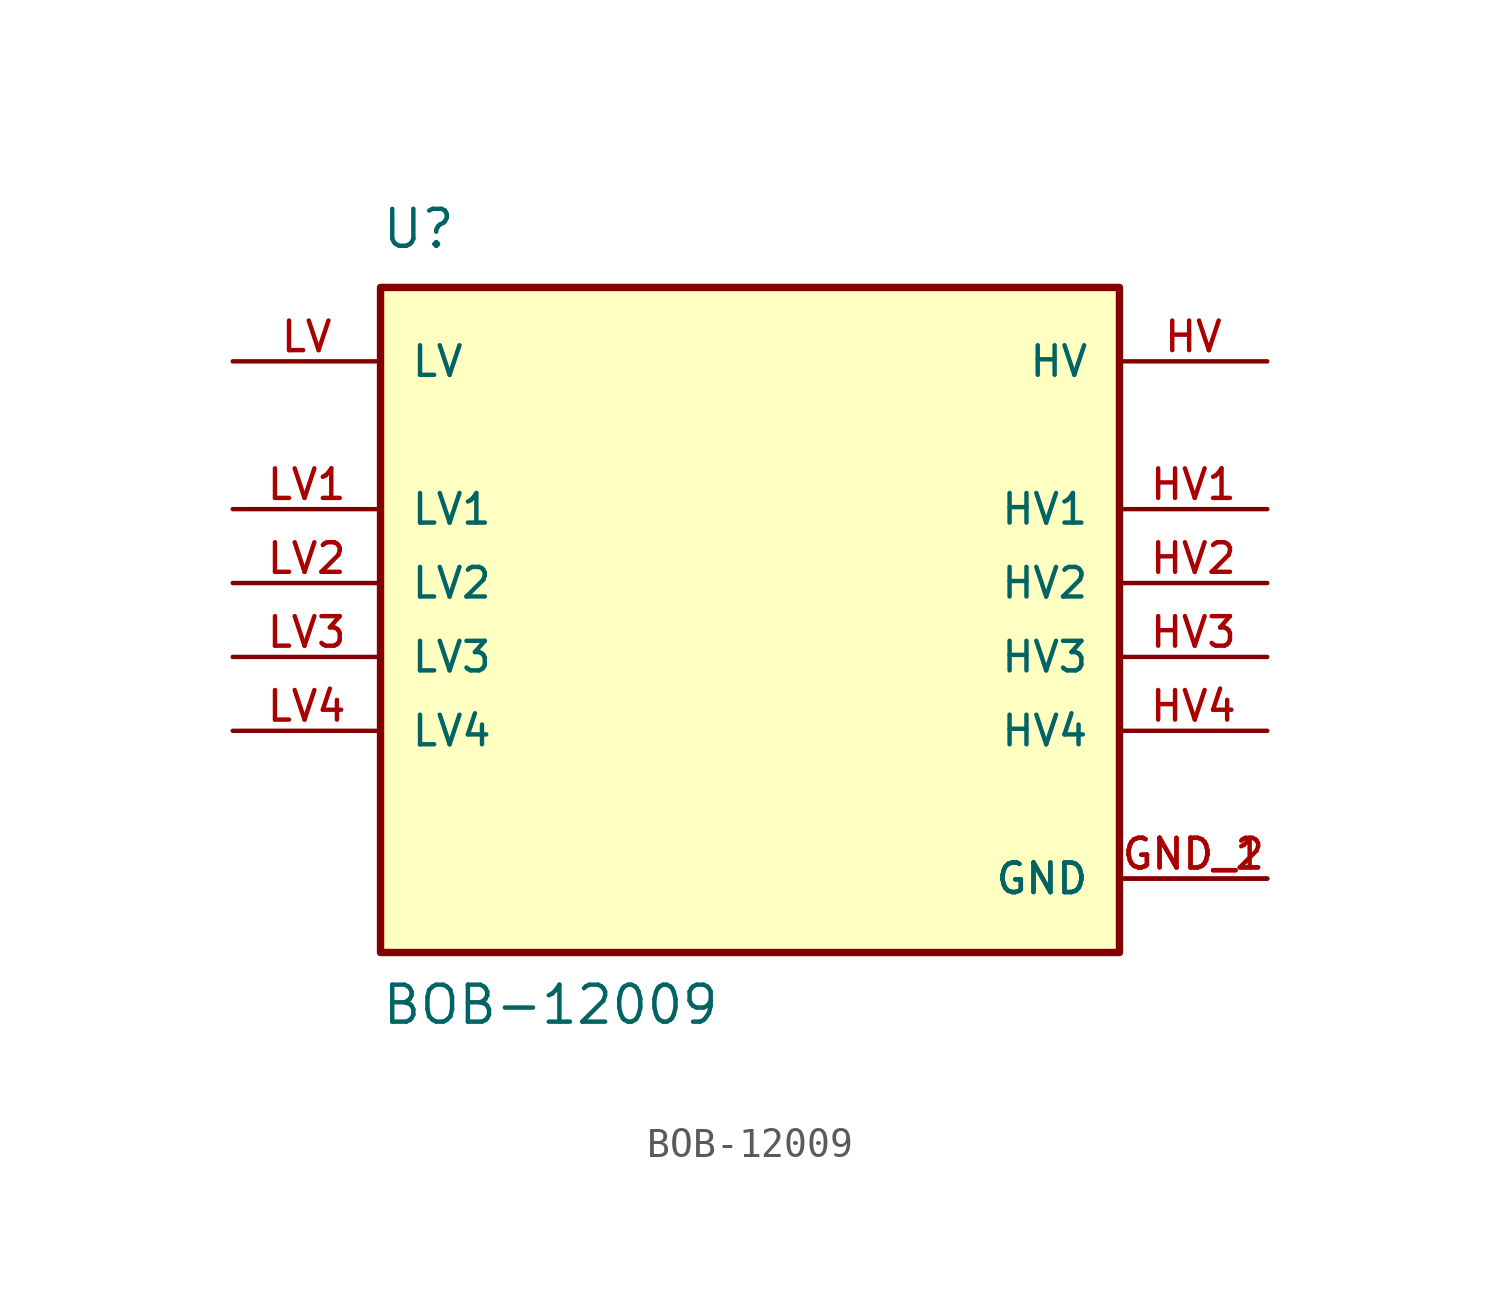
<source format=kicad_sym>
(kicad_symbol_lib
  (version 20211014)
  (generator kicad_symbol_editor)
  (symbol "BOB-12009"
    (pin_names
      (offset 1.016))
    (property "Reference" "U"
      (at -12.7 11.43 0)
      (effects (font (size 1.27 1.27)) (justify left bottom)))
    (property "Value" "BOB-12009"
      (at -12.7 -15.24 0)
      (effects (font (size 1.27 1.27)) (justify left bottom)))
    (symbol "BOB-12009_0_0"
      (rectangle (start -12.7 -12.7) (end 12.7 10.16) (stroke (width 0.254) (type default) (color 0 0 0 0)) (fill (type background)))
      (pin power_in line (at 17.78 -10.16 180) (length 5.08) (name "GND" (effects (font (size 1.016 1.016)))) (number "GND_1" (effects (font (size 1.016 1.016)))))
      (pin power_in line (at 17.78 -10.16 180) (length 5.08) (name "GND" (effects (font (size 1.016 1.016)))) (number "GND_2" (effects (font (size 1.016 1.016)))))
      (pin bidirectional line (at 17.78 7.62 180) (length 5.08) (name "HV" (effects (font (size 1.016 1.016)))) (number "HV" (effects (font (size 1.016 1.016)))))
      (pin bidirectional line (at 17.78 2.54 180) (length 5.08) (name "HV1" (effects (font (size 1.016 1.016)))) (number "HV1" (effects (font (size 1.016 1.016)))))
      (pin bidirectional line (at 17.78 0 180) (length 5.08) (name "HV2" (effects (font (size 1.016 1.016)))) (number "HV2" (effects (font (size 1.016 1.016)))))
      (pin bidirectional line (at 17.78 -2.54 180) (length 5.08) (name "HV3" (effects (font (size 1.016 1.016)))) (number "HV3" (effects (font (size 1.016 1.016)))))
      (pin bidirectional line (at 17.78 -5.08 180) (length 5.08) (name "HV4" (effects (font (size 1.016 1.016)))) (number "HV4" (effects (font (size 1.016 1.016)))))
      (pin bidirectional line (at -17.78 7.62 0) (length 5.08) (name "LV" (effects (font (size 1.016 1.016)))) (number "LV" (effects (font (size 1.016 1.016)))))
      (pin bidirectional line (at -17.78 2.54 0) (length 5.08) (name "LV1" (effects (font (size 1.016 1.016)))) (number "LV1" (effects (font (size 1.016 1.016)))))
      (pin bidirectional line (at -17.78 0 0) (length 5.08) (name "LV2" (effects (font (size 1.016 1.016)))) (number "LV2" (effects (font (size 1.016 1.016)))))
      (pin bidirectional line (at -17.78 -2.54 0) (length 5.08) (name "LV3" (effects (font (size 1.016 1.016)))) (number "LV3" (effects (font (size 1.016 1.016)))))
      (pin bidirectional line (at -17.78 -5.08 0) (length 5.08) (name "LV4" (effects (font (size 1.016 1.016)))) (number "LV4" (effects (font (size 1.016 1.016))))))))
</source>
